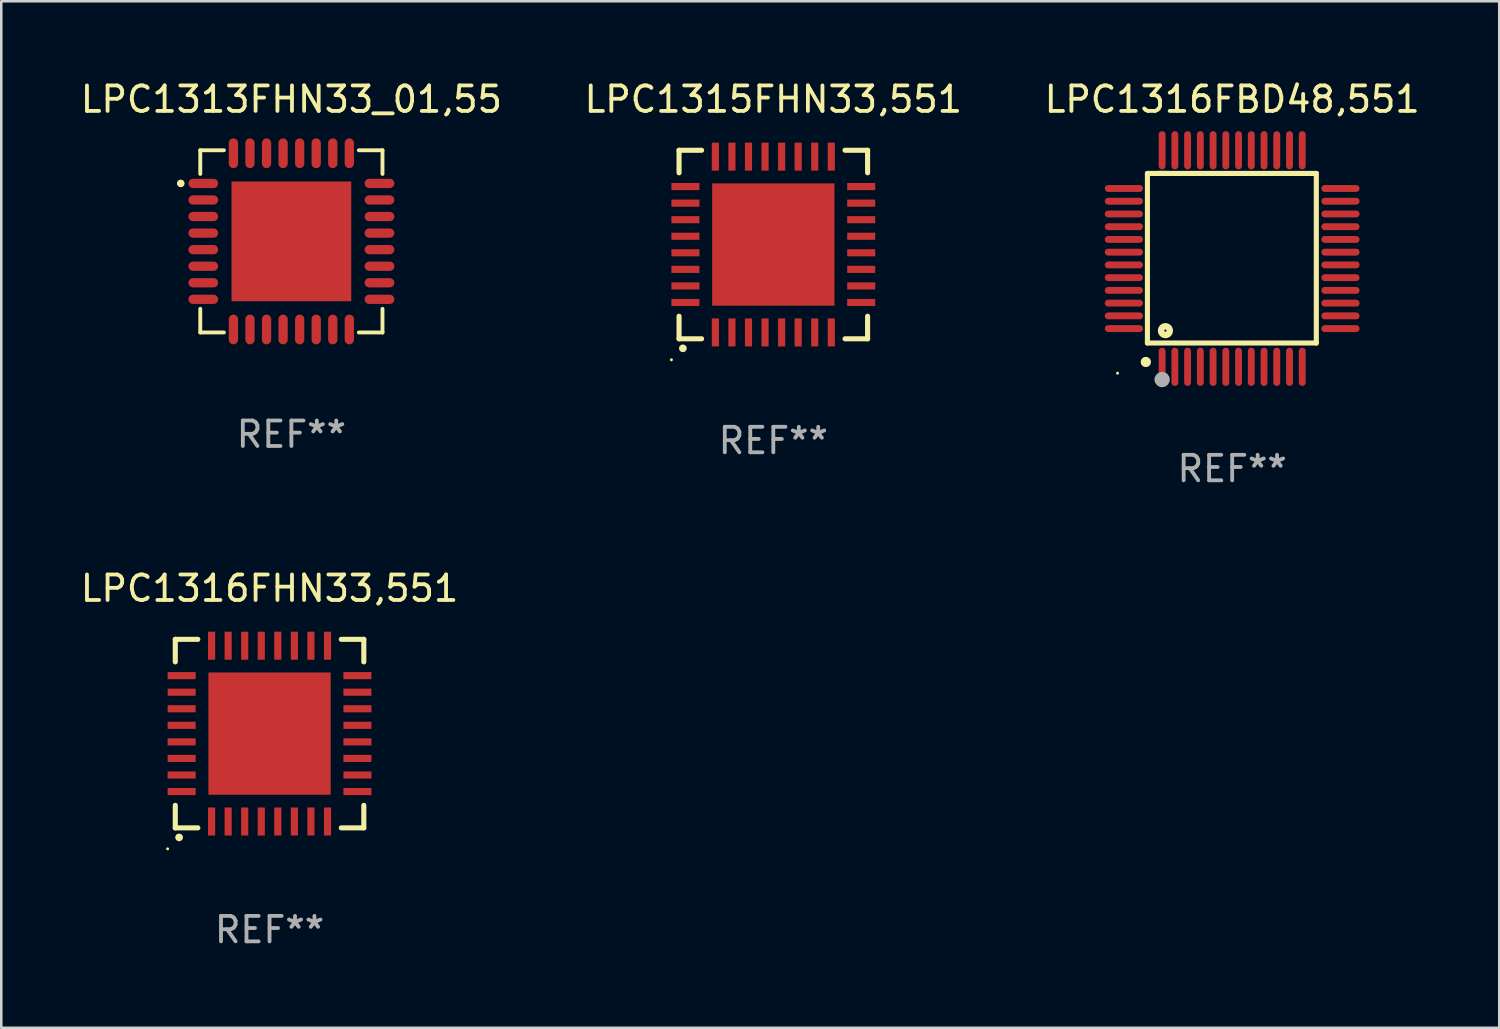
<source format=kicad_pcb>
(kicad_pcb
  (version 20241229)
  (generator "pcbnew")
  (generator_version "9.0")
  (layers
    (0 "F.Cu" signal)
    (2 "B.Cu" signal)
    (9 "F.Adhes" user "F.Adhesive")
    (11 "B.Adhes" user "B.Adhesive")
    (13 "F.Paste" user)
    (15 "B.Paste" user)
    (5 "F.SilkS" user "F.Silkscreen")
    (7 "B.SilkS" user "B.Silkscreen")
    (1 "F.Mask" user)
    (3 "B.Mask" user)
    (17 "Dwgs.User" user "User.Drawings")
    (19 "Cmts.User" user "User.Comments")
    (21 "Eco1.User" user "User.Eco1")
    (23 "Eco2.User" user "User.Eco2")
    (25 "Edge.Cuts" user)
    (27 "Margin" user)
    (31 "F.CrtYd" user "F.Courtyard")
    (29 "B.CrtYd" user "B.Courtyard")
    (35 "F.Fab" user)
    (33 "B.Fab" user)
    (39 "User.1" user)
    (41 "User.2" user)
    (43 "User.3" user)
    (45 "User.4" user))
  (footprint "LPC1313FHN33_01,55"
    (layer "F.Cu")
    (at 8.387 6.424)
    (property "Reference" "LPC1313FHN33_01,55" (at 0 -5.576 0) (layer "F.SilkS") (effects (font (size 1 1) (thickness 0.15))))
    (attr through_hole)
    (fp_line (start -3.576 -3.576) (end -3.576 -2.647) (stroke (width 0.152) (type solid)) (layer "F.SilkS"))
    (fp_line (start -3.576 3.576) (end -3.576 2.647) (stroke (width 0.152) (type solid)) (layer "F.SilkS"))
    (fp_line (start -2.647 -3.576) (end -3.576 -3.576) (stroke (width 0.152) (type solid)) (layer "F.SilkS"))
    (fp_line (start -2.647 3.576) (end -3.576 3.576) (stroke (width 0.152) (type solid)) (layer "F.SilkS"))
    (fp_line (start 2.647 -3.576) (end 3.576 -3.576) (stroke (width 0.152) (type solid)) (layer "F.SilkS"))
    (fp_line (start 2.647 3.576) (end 3.576 3.576) (stroke (width 0.152) (type solid)) (layer "F.SilkS"))
    (fp_line (start 3.576 -3.576) (end 3.576 -2.647) (stroke (width 0.152) (type solid)) (layer "F.SilkS"))
    (fp_line (start 3.576 3.576) (end 3.576 2.647) (stroke (width 0.152) (type solid)) (layer "F.SilkS"))
    (fp_circle (center -4.342 -2.275) (end -4.267 -2.275) (stroke (width 0.15) (type solid)) (fill no) (layer "F.SilkS"))
    (fp_text user "REF**" (at 0 7.576 0) (layer "F.Fab") (effects (font (size 1 1) (thickness 0.15))))
    (pad "1" smd oval (at -3.458 -2.275 270) (size 0.364 1.167) (layers "F.Cu" "F.Mask" "F.Paste"))
    (pad "2" smd oval (at -3.458 -1.625 270) (size 0.364 1.167) (layers "F.Cu" "F.Mask" "F.Paste"))
    (pad "3" smd oval (at -3.458 -0.975 270) (size 0.364 1.167) (layers "F.Cu" "F.Mask" "F.Paste"))
    (pad "4" smd oval (at -3.458 -0.325 270) (size 0.364 1.167) (layers "F.Cu" "F.Mask" "F.Paste"))
    (pad "5" smd oval (at -3.458 0.325 270) (size 0.364 1.167) (layers "F.Cu" "F.Mask" "F.Paste"))
    (pad "6" smd oval (at -3.458 0.975 270) (size 0.364 1.167) (layers "F.Cu" "F.Mask" "F.Paste"))
    (pad "7" smd oval (at -3.458 1.625 270) (size 0.364 1.167) (layers "F.Cu" "F.Mask" "F.Paste"))
    (pad "8" smd oval (at -3.458 2.275 270) (size 0.364 1.167) (layers "F.Cu" "F.Mask" "F.Paste"))
    (pad "9" smd oval (at -2.275 3.458 270) (size 1.167 0.364) (layers "F.Cu" "F.Mask" "F.Paste"))
    (pad "10" smd oval (at -1.625 3.458 270) (size 1.167 0.364) (layers "F.Cu" "F.Mask" "F.Paste"))
    (pad "11" smd oval (at -0.975 3.458 270) (size 1.167 0.364) (layers "F.Cu" "F.Mask" "F.Paste"))
    (pad "12" smd oval (at -0.325 3.458 270) (size 1.167 0.364) (layers "F.Cu" "F.Mask" "F.Paste"))
    (pad "13" smd oval (at 0.325 3.458 270) (size 1.167 0.364) (layers "F.Cu" "F.Mask" "F.Paste"))
    (pad "14" smd oval (at 0.975 3.458 270) (size 1.167 0.364) (layers "F.Cu" "F.Mask" "F.Paste"))
    (pad "15" smd oval (at 1.625 3.458 270) (size 1.167 0.364) (layers "F.Cu" "F.Mask" "F.Paste"))
    (pad "16" smd oval (at 2.275 3.458 270) (size 1.167 0.364) (layers "F.Cu" "F.Mask" "F.Paste"))
    (pad "17" smd oval (at 3.458 2.275 270) (size 0.364 1.167) (layers "F.Cu" "F.Mask" "F.Paste"))
    (pad "18" smd oval (at 3.458 1.625 270) (size 0.364 1.167) (layers "F.Cu" "F.Mask" "F.Paste"))
    (pad "19" smd oval (at 3.458 0.975 270) (size 0.364 1.167) (layers "F.Cu" "F.Mask" "F.Paste"))
    (pad "20" smd oval (at 3.458 0.325 270) (size 0.364 1.167) (layers "F.Cu" "F.Mask" "F.Paste"))
    (pad "21" smd oval (at 3.458 -0.325 270) (size 0.364 1.167) (layers "F.Cu" "F.Mask" "F.Paste"))
    (pad "22" smd oval (at 3.458 -0.975 270) (size 0.364 1.167) (layers "F.Cu" "F.Mask" "F.Paste"))
    (pad "23" smd oval (at 3.458 -1.625 270) (size 0.364 1.167) (layers "F.Cu" "F.Mask" "F.Paste"))
    (pad "24" smd oval (at 3.458 -2.275 270) (size 0.364 1.167) (layers "F.Cu" "F.Mask" "F.Paste"))
    (pad "25" smd oval (at 2.275 -3.458 270) (size 1.167 0.364) (layers "F.Cu" "F.Mask" "F.Paste"))
    (pad "26" smd oval (at 1.625 -3.458 270) (size 1.167 0.364) (layers "F.Cu" "F.Mask" "F.Paste"))
    (pad "27" smd oval (at 0.975 -3.458 270) (size 1.167 0.364) (layers "F.Cu" "F.Mask" "F.Paste"))
    (pad "28" smd oval (at 0.325 -3.458 270) (size 1.167 0.364) (layers "F.Cu" "F.Mask" "F.Paste"))
    (pad "29" smd oval (at -0.325 -3.458 270) (size 1.167 0.364) (layers "F.Cu" "F.Mask" "F.Paste"))
    (pad "30" smd oval (at -0.975 -3.458 270) (size 1.167 0.364) (layers "F.Cu" "F.Mask" "F.Paste"))
    (pad "31" smd oval (at -1.625 -3.458 270) (size 1.167 0.364) (layers "F.Cu" "F.Mask" "F.Paste"))
    (pad "32" smd oval (at -2.275 -3.458 270) (size 1.167 0.364) (layers "F.Cu" "F.Mask" "F.Paste"))
    (pad "33" smd rect (at 0 0 270) (size 4.7 4.7) (layers "F.Cu" "F.Mask" "F.Paste")))
  (footprint "LPC1316FHN33,551"
    (layer "F.Cu")
    (at 7.53 25.745)
    (property "Reference" "LPC1316FHN33,551" (at 0 -5.7 0) (layer "F.SilkS") (effects (font (size 1 1) (thickness 0.15))))
    (attr through_hole)
    (fp_line (start -3.7 -3.7) (end -2.815 -3.7) (stroke (width 0.2) (type solid)) (layer "F.SilkS"))
    (fp_line (start -3.7 -2.815) (end -3.7 -3.7) (stroke (width 0.2) (type solid)) (layer "F.SilkS"))
    (fp_line (start -3.7 3.7) (end -3.7 2.815) (stroke (width 0.2) (type solid)) (layer "F.SilkS"))
    (fp_line (start -2.815 3.7) (end -3.7 3.7) (stroke (width 0.2) (type solid)) (layer "F.SilkS"))
    (fp_line (start 2.815 3.7) (end 3.7 3.7) (stroke (width 0.2) (type solid)) (layer "F.SilkS"))
    (fp_line (start 3.7 -3.7) (end 2.815 -3.7) (stroke (width 0.2) (type solid)) (layer "F.SilkS"))
    (fp_line (start 3.7 -2.815) (end 3.7 -3.7) (stroke (width 0.2) (type solid)) (layer "F.SilkS"))
    (fp_line (start 3.7 3.7) (end 3.7 2.815) (stroke (width 0.2) (type solid)) (layer "F.SilkS"))
    (fp_arc (start -3.551308 4.074168) (mid -3.550038 4.074163) (end -3.548768 4.074168) (stroke (width 0.3) (type solid)) (layer "F.SilkS"))
    (fp_circle (center -4 4.524) (end -3.97 4.524) (stroke (width 0.06) (type solid)) (fill no) (layer "F.SilkS"))
    (fp_text user "REF**" (at 0 7.7 0) (layer "F.Fab") (effects (font (size 1 1) (thickness 0.15))))
    (pad "1" smd rect (at -2.275 3.45 180) (size 0.28 1.1) (layers "F.Cu" "F.Mask" "F.Paste"))
    (pad "2" smd rect (at -1.625 3.45 180) (size 0.28 1.1) (layers "F.Cu" "F.Mask" "F.Paste"))
    (pad "3" smd rect (at -0.975 3.45 180) (size 0.28 1.1) (layers "F.Cu" "F.Mask" "F.Paste"))
    (pad "4" smd rect (at -0.325 3.45 180) (size 0.28 1.1) (layers "F.Cu" "F.Mask" "F.Paste"))
    (pad "5" smd rect (at 0.325 3.45 180) (size 0.28 1.1) (layers "F.Cu" "F.Mask" "F.Paste"))
    (pad "6" smd rect (at 0.975 3.45 180) (size 0.28 1.1) (layers "F.Cu" "F.Mask" "F.Paste"))
    (pad "7" smd rect (at 1.625 3.45 180) (size 0.28 1.1) (layers "F.Cu" "F.Mask" "F.Paste"))
    (pad "8" smd rect (at 2.275 3.45 180) (size 0.28 1.1) (layers "F.Cu" "F.Mask" "F.Paste"))
    (pad "9" smd rect (at 3.45 2.275 90) (size 0.28 1.1) (layers "F.Cu" "F.Mask" "F.Paste"))
    (pad "10" smd rect (at 3.45 1.625 90) (size 0.28 1.1) (layers "F.Cu" "F.Mask" "F.Paste"))
    (pad "11" smd rect (at 3.45 0.975 90) (size 0.28 1.1) (layers "F.Cu" "F.Mask" "F.Paste"))
    (pad "12" smd rect (at 3.45 0.325 90) (size 0.28 1.1) (layers "F.Cu" "F.Mask" "F.Paste"))
    (pad "13" smd rect (at 3.45 -0.325 90) (size 0.28 1.1) (layers "F.Cu" "F.Mask" "F.Paste"))
    (pad "14" smd rect (at 3.45 -0.975 90) (size 0.28 1.1) (layers "F.Cu" "F.Mask" "F.Paste"))
    (pad "15" smd rect (at 3.45 -1.625 90) (size 0.28 1.1) (layers "F.Cu" "F.Mask" "F.Paste"))
    (pad "16" smd rect (at 3.45 -2.275 90) (size 0.28 1.1) (layers "F.Cu" "F.Mask" "F.Paste"))
    (pad "17" smd rect (at 2.275 -3.45 180) (size 0.28 1.1) (layers "F.Cu" "F.Mask" "F.Paste"))
    (pad "18" smd rect (at 1.625 -3.45 180) (size 0.28 1.1) (layers "F.Cu" "F.Mask" "F.Paste"))
    (pad "19" smd rect (at 0.975 -3.45 180) (size 0.28 1.1) (layers "F.Cu" "F.Mask" "F.Paste"))
    (pad "20" smd rect (at 0.325 -3.45 180) (size 0.28 1.1) (layers "F.Cu" "F.Mask" "F.Paste"))
    (pad "21" smd rect (at -0.325 -3.45 180) (size 0.28 1.1) (layers "F.Cu" "F.Mask" "F.Paste"))
    (pad "22" smd rect (at -0.975 -3.45 180) (size 0.28 1.1) (layers "F.Cu" "F.Mask" "F.Paste"))
    (pad "23" smd rect (at -1.625 -3.45 180) (size 0.28 1.1) (layers "F.Cu" "F.Mask" "F.Paste"))
    (pad "24" smd rect (at -2.275 -3.45 180) (size 0.28 1.1) (layers "F.Cu" "F.Mask" "F.Paste"))
    (pad "25" smd rect (at -3.45 -2.275 90) (size 0.28 1.1) (layers "F.Cu" "F.Mask" "F.Paste"))
    (pad "26" smd rect (at -3.45 -1.625 90) (size 0.28 1.1) (layers "F.Cu" "F.Mask" "F.Paste"))
    (pad "27" smd rect (at -3.45 -0.975 90) (size 0.28 1.1) (layers "F.Cu" "F.Mask" "F.Paste"))
    (pad "28" smd rect (at -3.45 -0.325 90) (size 0.28 1.1) (layers "F.Cu" "F.Mask" "F.Paste"))
    (pad "29" smd rect (at -3.45 0.325 90) (size 0.28 1.1) (layers "F.Cu" "F.Mask" "F.Paste"))
    (pad "30" smd rect (at -3.45 0.975 90) (size 0.28 1.1) (layers "F.Cu" "F.Mask" "F.Paste"))
    (pad "31" smd rect (at -3.45 1.625 90) (size 0.28 1.1) (layers "F.Cu" "F.Mask" "F.Paste"))
    (pad "32" smd rect (at -3.45 2.275 90) (size 0.28 1.1) (layers "F.Cu" "F.Mask" "F.Paste"))
    (pad "33" smd rect (at 0 0 90) (size 4.8 4.8) (layers "F.Cu" "F.Mask" "F.Paste")))
  (footprint "LPC1316FBD48,551"
    (layer "F.Cu")
    (at 45.315 7.098)
    (property "Reference" "LPC1316FBD48,551" (at 0 -6.25 0) (layer "F.SilkS") (effects (font (size 1 1) (thickness 0.15))))
    (attr through_hole)
    (fp_line (start -3.327 -3.34) (end -2.565 -3.34) (stroke (width 0.2) (type solid)) (layer "F.SilkS"))
    (fp_line (start -3.327 3.315) (end -3.327 -3.34) (stroke (width 0.2) (type solid)) (layer "F.SilkS"))
    (fp_line (start -2.896 -3.34) (end 3.302 -3.34) (stroke (width 0.2) (type solid)) (layer "F.SilkS"))
    (fp_line (start 3.302 -3.34) (end 3.302 3.315) (stroke (width 0.2) (type solid)) (layer "F.SilkS"))
    (fp_line (start 3.302 3.315) (end -3.327 3.315) (stroke (width 0.2) (type solid)) (layer "F.SilkS"))
    (fp_arc (start -3.389992 4.059995) (mid -3.388722 4.059991) (end -3.387452 4.059995) (stroke (width 0.4) (type solid)) (layer "F.SilkS"))
    (fp_circle (center -4.5 4.5) (end -4.47 4.5) (stroke (width 0.06) (type solid)) (fill no) (layer "F.SilkS"))
    (fp_circle (center -2.62 2.83) (end -2.45 2.83) (stroke (width 0.254) (type solid)) (fill no) (layer "F.SilkS"))
    (fp_circle (center -2.75 4.75) (end -2.6 4.75) (stroke (width 0.3) (type solid)) (fill no) (layer "F.Fab"))
    (fp_text user "REF**" (at 0 8.25 0) (layer "F.Fab") (effects (font (size 1 1) (thickness 0.15))))
    (pad "1" smd oval (at -2.75 4.25) (size 0.27 1.5) (layers "F.Cu" "F.Mask" "F.Paste"))
    (pad "2" smd oval (at -2.25 4.25) (size 0.27 1.5) (layers "F.Cu" "F.Mask" "F.Paste"))
    (pad "3" smd oval (at -1.75 4.25) (size 0.27 1.5) (layers "F.Cu" "F.Mask" "F.Paste"))
    (pad "4" smd oval (at -1.25 4.25) (size 0.27 1.5) (layers "F.Cu" "F.Mask" "F.Paste"))
    (pad "5" smd oval (at -0.75 4.25) (size 0.27 1.5) (layers "F.Cu" "F.Mask" "F.Paste"))
    (pad "6" smd oval (at -0.25 4.25) (size 0.27 1.5) (layers "F.Cu" "F.Mask" "F.Paste"))
    (pad "7" smd oval (at 0.25 4.25) (size 0.27 1.5) (layers "F.Cu" "F.Mask" "F.Paste"))
    (pad "8" smd oval (at 0.75 4.25) (size 0.27 1.5) (layers "F.Cu" "F.Mask" "F.Paste"))
    (pad "9" smd oval (at 1.25 4.25) (size 0.27 1.5) (layers "F.Cu" "F.Mask" "F.Paste"))
    (pad "10" smd oval (at 1.75 4.25) (size 0.27 1.5) (layers "F.Cu" "F.Mask" "F.Paste"))
    (pad "11" smd oval (at 2.25 4.25) (size 0.27 1.5) (layers "F.Cu" "F.Mask" "F.Paste"))
    (pad "12" smd oval (at 2.75 4.25) (size 0.27 1.5) (layers "F.Cu" "F.Mask" "F.Paste"))
    (pad "13" smd oval (at 4.25 2.75) (size 1.5 0.27) (layers "F.Cu" "F.Mask" "F.Paste"))
    (pad "14" smd oval (at 4.25 2.25) (size 1.5 0.27) (layers "F.Cu" "F.Mask" "F.Paste"))
    (pad "15" smd oval (at 4.25 1.75) (size 1.5 0.27) (layers "F.Cu" "F.Mask" "F.Paste"))
    (pad "16" smd oval (at 4.25 1.25) (size 1.5 0.27) (layers "F.Cu" "F.Mask" "F.Paste"))
    (pad "17" smd oval (at 4.25 0.75) (size 1.5 0.27) (layers "F.Cu" "F.Mask" "F.Paste"))
    (pad "18" smd oval (at 4.25 0.25) (size 1.5 0.27) (layers "F.Cu" "F.Mask" "F.Paste"))
    (pad "19" smd oval (at 4.25 -0.25) (size 1.5 0.27) (layers "F.Cu" "F.Mask" "F.Paste"))
    (pad "20" smd oval (at 4.25 -0.75) (size 1.5 0.27) (layers "F.Cu" "F.Mask" "F.Paste"))
    (pad "21" smd oval (at 4.25 -1.25) (size 1.5 0.27) (layers "F.Cu" "F.Mask" "F.Paste"))
    (pad "22" smd oval (at 4.25 -1.75) (size 1.5 0.27) (layers "F.Cu" "F.Mask" "F.Paste"))
    (pad "23" smd oval (at 4.25 -2.25) (size 1.5 0.27) (layers "F.Cu" "F.Mask" "F.Paste"))
    (pad "24" smd oval (at 4.25 -2.75) (size 1.5 0.27) (layers "F.Cu" "F.Mask" "F.Paste"))
    (pad "25" smd oval (at 2.75 -4.25) (size 0.27 1.5) (layers "F.Cu" "F.Mask" "F.Paste"))
    (pad "26" smd oval (at 2.25 -4.25) (size 0.27 1.5) (layers "F.Cu" "F.Mask" "F.Paste"))
    (pad "27" smd oval (at 1.75 -4.25) (size 0.27 1.5) (layers "F.Cu" "F.Mask" "F.Paste"))
    (pad "28" smd oval (at 1.25 -4.25) (size 0.27 1.5) (layers "F.Cu" "F.Mask" "F.Paste"))
    (pad "29" smd oval (at 0.75 -4.25) (size 0.27 1.5) (layers "F.Cu" "F.Mask" "F.Paste"))
    (pad "30" smd oval (at 0.25 -4.25) (size 0.27 1.5) (layers "F.Cu" "F.Mask" "F.Paste"))
    (pad "31" smd oval (at -0.25 -4.25) (size 0.27 1.5) (layers "F.Cu" "F.Mask" "F.Paste"))
    (pad "32" smd oval (at -0.75 -4.25) (size 0.27 1.5) (layers "F.Cu" "F.Mask" "F.Paste"))
    (pad "33" smd oval (at -1.25 -4.25) (size 0.27 1.5) (layers "F.Cu" "F.Mask" "F.Paste"))
    (pad "34" smd oval (at -1.75 -4.25) (size 0.27 1.5) (layers "F.Cu" "F.Mask" "F.Paste"))
    (pad "35" smd oval (at -2.25 -4.25) (size 0.27 1.5) (layers "F.Cu" "F.Mask" "F.Paste"))
    (pad "36" smd oval (at -2.75 -4.25) (size 0.27 1.5) (layers "F.Cu" "F.Mask" "F.Paste"))
    (pad "37" smd oval (at -4.25 -2.75) (size 1.5 0.27) (layers "F.Cu" "F.Mask" "F.Paste"))
    (pad "38" smd oval (at -4.25 -2.25) (size 1.5 0.27) (layers "F.Cu" "F.Mask" "F.Paste"))
    (pad "39" smd oval (at -4.25 -1.75) (size 1.5 0.27) (layers "F.Cu" "F.Mask" "F.Paste"))
    (pad "40" smd oval (at -4.25 -1.25) (size 1.5 0.27) (layers "F.Cu" "F.Mask" "F.Paste"))
    (pad "41" smd oval (at -4.25 -0.75) (size 1.5 0.27) (layers "F.Cu" "F.Mask" "F.Paste"))
    (pad "42" smd oval (at -4.25 -0.25) (size 1.5 0.27) (layers "F.Cu" "F.Mask" "F.Paste"))
    (pad "43" smd oval (at -4.25 0.25) (size 1.5 0.27) (layers "F.Cu" "F.Mask" "F.Paste"))
    (pad "44" smd oval (at -4.25 0.75) (size 1.5 0.27) (layers "F.Cu" "F.Mask" "F.Paste"))
    (pad "45" smd oval (at -4.25 1.25) (size 1.5 0.27) (layers "F.Cu" "F.Mask" "F.Paste"))
    (pad "46" smd oval (at -4.25 1.75) (size 1.5 0.27) (layers "F.Cu" "F.Mask" "F.Paste"))
    (pad "47" smd oval (at -4.25 2.25) (size 1.5 0.27) (layers "F.Cu" "F.Mask" "F.Paste"))
    (pad "48" smd oval (at -4.25 2.75) (size 1.5 0.27) (layers "F.Cu" "F.Mask" "F.Paste")))
  (footprint "LPC1315FHN33,551"
    (layer "F.Cu")
    (at 27.304 6.548)
    (property "Reference" "LPC1315FHN33,551" (at 0 -5.7 0) (layer "F.SilkS") (effects (font (size 1 1) (thickness 0.15))))
    (attr through_hole)
    (fp_line (start -3.7 -3.7) (end -2.815 -3.7) (stroke (width 0.2) (type solid)) (layer "F.SilkS"))
    (fp_line (start -3.7 -2.815) (end -3.7 -3.7) (stroke (width 0.2) (type solid)) (layer "F.SilkS"))
    (fp_line (start -3.7 3.7) (end -3.7 2.815) (stroke (width 0.2) (type solid)) (layer "F.SilkS"))
    (fp_line (start -2.815 3.7) (end -3.7 3.7) (stroke (width 0.2) (type solid)) (layer "F.SilkS"))
    (fp_line (start 2.815 3.7) (end 3.7 3.7) (stroke (width 0.2) (type solid)) (layer "F.SilkS"))
    (fp_line (start 3.7 -3.7) (end 2.815 -3.7) (stroke (width 0.2) (type solid)) (layer "F.SilkS"))
    (fp_line (start 3.7 -2.815) (end 3.7 -3.7) (stroke (width 0.2) (type solid)) (layer "F.SilkS"))
    (fp_line (start 3.7 3.7) (end 3.7 2.815) (stroke (width 0.2) (type solid)) (layer "F.SilkS"))
    (fp_arc (start -3.551308 4.074168) (mid -3.550038 4.074163) (end -3.548768 4.074168) (stroke (width 0.3) (type solid)) (layer "F.SilkS"))
    (fp_circle (center -4 4.524) (end -3.97 4.524) (stroke (width 0.06) (type solid)) (fill no) (layer "F.SilkS"))
    (fp_text user "REF**" (at 0 7.7 0) (layer "F.Fab") (effects (font (size 1 1) (thickness 0.15))))
    (pad "1" smd rect (at -2.275 3.45 180) (size 0.28 1.1) (layers "F.Cu" "F.Mask" "F.Paste"))
    (pad "2" smd rect (at -1.625 3.45 180) (size 0.28 1.1) (layers "F.Cu" "F.Mask" "F.Paste"))
    (pad "3" smd rect (at -0.975 3.45 180) (size 0.28 1.1) (layers "F.Cu" "F.Mask" "F.Paste"))
    (pad "4" smd rect (at -0.325 3.45 180) (size 0.28 1.1) (layers "F.Cu" "F.Mask" "F.Paste"))
    (pad "5" smd rect (at 0.325 3.45 180) (size 0.28 1.1) (layers "F.Cu" "F.Mask" "F.Paste"))
    (pad "6" smd rect (at 0.975 3.45 180) (size 0.28 1.1) (layers "F.Cu" "F.Mask" "F.Paste"))
    (pad "7" smd rect (at 1.625 3.45 180) (size 0.28 1.1) (layers "F.Cu" "F.Mask" "F.Paste"))
    (pad "8" smd rect (at 2.275 3.45 180) (size 0.28 1.1) (layers "F.Cu" "F.Mask" "F.Paste"))
    (pad "9" smd rect (at 3.45 2.275 90) (size 0.28 1.1) (layers "F.Cu" "F.Mask" "F.Paste"))
    (pad "10" smd rect (at 3.45 1.625 90) (size 0.28 1.1) (layers "F.Cu" "F.Mask" "F.Paste"))
    (pad "11" smd rect (at 3.45 0.975 90) (size 0.28 1.1) (layers "F.Cu" "F.Mask" "F.Paste"))
    (pad "12" smd rect (at 3.45 0.325 90) (size 0.28 1.1) (layers "F.Cu" "F.Mask" "F.Paste"))
    (pad "13" smd rect (at 3.45 -0.325 90) (size 0.28 1.1) (layers "F.Cu" "F.Mask" "F.Paste"))
    (pad "14" smd rect (at 3.45 -0.975 90) (size 0.28 1.1) (layers "F.Cu" "F.Mask" "F.Paste"))
    (pad "15" smd rect (at 3.45 -1.625 90) (size 0.28 1.1) (layers "F.Cu" "F.Mask" "F.Paste"))
    (pad "16" smd rect (at 3.45 -2.275 90) (size 0.28 1.1) (layers "F.Cu" "F.Mask" "F.Paste"))
    (pad "17" smd rect (at 2.275 -3.45 180) (size 0.28 1.1) (layers "F.Cu" "F.Mask" "F.Paste"))
    (pad "18" smd rect (at 1.625 -3.45 180) (size 0.28 1.1) (layers "F.Cu" "F.Mask" "F.Paste"))
    (pad "19" smd rect (at 0.975 -3.45 180) (size 0.28 1.1) (layers "F.Cu" "F.Mask" "F.Paste"))
    (pad "20" smd rect (at 0.325 -3.45 180) (size 0.28 1.1) (layers "F.Cu" "F.Mask" "F.Paste"))
    (pad "21" smd rect (at -0.325 -3.45 180) (size 0.28 1.1) (layers "F.Cu" "F.Mask" "F.Paste"))
    (pad "22" smd rect (at -0.975 -3.45 180) (size 0.28 1.1) (layers "F.Cu" "F.Mask" "F.Paste"))
    (pad "23" smd rect (at -1.625 -3.45 180) (size 0.28 1.1) (layers "F.Cu" "F.Mask" "F.Paste"))
    (pad "24" smd rect (at -2.275 -3.45 180) (size 0.28 1.1) (layers "F.Cu" "F.Mask" "F.Paste"))
    (pad "25" smd rect (at -3.45 -2.275 90) (size 0.28 1.1) (layers "F.Cu" "F.Mask" "F.Paste"))
    (pad "26" smd rect (at -3.45 -1.625 90) (size 0.28 1.1) (layers "F.Cu" "F.Mask" "F.Paste"))
    (pad "27" smd rect (at -3.45 -0.975 90) (size 0.28 1.1) (layers "F.Cu" "F.Mask" "F.Paste"))
    (pad "28" smd rect (at -3.45 -0.325 90) (size 0.28 1.1) (layers "F.Cu" "F.Mask" "F.Paste"))
    (pad "29" smd rect (at -3.45 0.325 90) (size 0.28 1.1) (layers "F.Cu" "F.Mask" "F.Paste"))
    (pad "30" smd rect (at -3.45 0.975 90) (size 0.28 1.1) (layers "F.Cu" "F.Mask" "F.Paste"))
    (pad "31" smd rect (at -3.45 1.625 90) (size 0.28 1.1) (layers "F.Cu" "F.Mask" "F.Paste"))
    (pad "32" smd rect (at -3.45 2.275 90) (size 0.28 1.1) (layers "F.Cu" "F.Mask" "F.Paste"))
    (pad "33" smd rect (at 0 0 90) (size 4.8 4.8) (layers "F.Cu" "F.Mask" "F.Paste")))
  (gr_rect
    (start -3 -3)
    (end 55.798 37.293)
    (stroke (width 0.1) (type default))
    (fill no)
    (layer "Edge.Cuts")))
</source>
